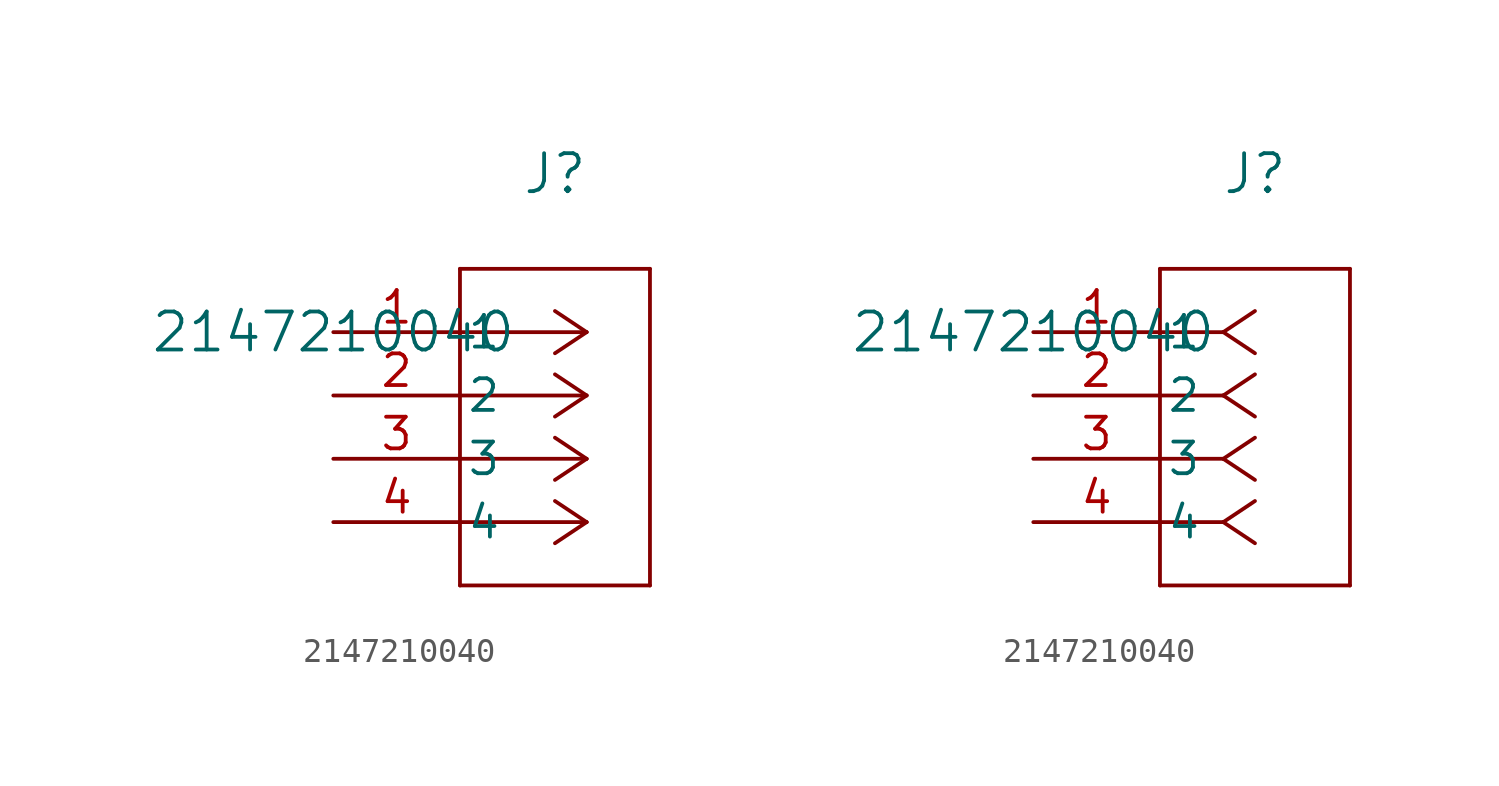
<source format=kicad_sym>
(kicad_symbol_lib
  (version 20211014)
  (generator kicad_symbol_editor)
  (symbol "2147210040"
    (pin_names
      (offset 0.254))
    (property "Reference" "J"
      (at 8.89 6.35 0)
      (effects (font (size 1.524 1.524))))
    (property "Value" "2147210040"
      (at 0 0 0)
      (effects (font (size 1.524 1.524))))
    (symbol "2147210040_1_1"
      (polyline (pts (xy 10.16 0) (xy 5.08 0)) (stroke (width 0) (type default) (color 0 0 0 0)) (fill (type none)))
      (polyline (pts (xy 10.16 -2.54) (xy 5.08 -2.54)) (stroke (width 0) (type default) (color 0 0 0 0)) (fill (type none)))
      (polyline (pts (xy 10.16 -5.08) (xy 5.08 -5.08)) (stroke (width 0) (type default) (color 0 0 0 0)) (fill (type none)))
      (polyline (pts (xy 10.16 -7.62) (xy 5.08 -7.62)) (stroke (width 0) (type default) (color 0 0 0 0)) (fill (type none)))
      (polyline (pts (xy 10.16 0) (xy 8.89 0.847)) (stroke (width 0) (type default) (color 0 0 0 0)) (fill (type none)))
      (polyline (pts (xy 10.16 -2.54) (xy 8.89 -1.693)) (stroke (width 0) (type default) (color 0 0 0 0)) (fill (type none)))
      (polyline (pts (xy 10.16 -5.08) (xy 8.89 -4.233)) (stroke (width 0) (type default) (color 0 0 0 0)) (fill (type none)))
      (polyline (pts (xy 10.16 -7.62) (xy 8.89 -6.773)) (stroke (width 0) (type default) (color 0 0 0 0)) (fill (type none)))
      (polyline (pts (xy 10.16 0) (xy 8.89 -0.847)) (stroke (width 0) (type default) (color 0 0 0 0)) (fill (type none)))
      (polyline (pts (xy 10.16 -2.54) (xy 8.89 -3.387)) (stroke (width 0) (type default) (color 0 0 0 0)) (fill (type none)))
      (polyline (pts (xy 10.16 -5.08) (xy 8.89 -5.927)) (stroke (width 0) (type default) (color 0 0 0 0)) (fill (type none)))
      (polyline (pts (xy 10.16 -7.62) (xy 8.89 -8.467)) (stroke (width 0) (type default) (color 0 0 0 0)) (fill (type none)))
      (polyline (pts (xy 5.08 2.54) (xy 5.08 -10.16)) (stroke (width 0) (type default) (color 0 0 0 0)) (fill (type none)))
      (polyline (pts (xy 5.08 -10.16) (xy 12.7 -10.16)) (stroke (width 0) (type default) (color 0 0 0 0)) (fill (type none)))
      (polyline (pts (xy 12.7 -10.16) (xy 12.7 2.54)) (stroke (width 0) (type default) (color 0 0 0 0)) (fill (type none)))
      (polyline (pts (xy 12.7 2.54) (xy 5.08 2.54)) (stroke (width 0) (type default) (color 0 0 0 0)) (fill (type none)))
      (pin unspecified line (at 0 0 0) (length 5.08) (name "1" (effects (font (size 1.27 1.27)))) (number "1" (effects (font (size 1.27 1.27)))))
      (pin unspecified line (at 0 -2.54 0) (length 5.08) (name "2" (effects (font (size 1.27 1.27)))) (number "2" (effects (font (size 1.27 1.27)))))
      (pin unspecified line (at 0 -5.08 0) (length 5.08) (name "3" (effects (font (size 1.27 1.27)))) (number "3" (effects (font (size 1.27 1.27)))))
      (pin unspecified line (at 0 -7.62 0) (length 5.08) (name "4" (effects (font (size 1.27 1.27)))) (number "4" (effects (font (size 1.27 1.27))))))
    (symbol "2147210040_1_2"
      (polyline (pts (xy 7.62 0) (xy 5.08 0)) (stroke (width 0) (type default) (color 0 0 0 0)) (fill (type none)))
      (polyline (pts (xy 7.62 -2.54) (xy 5.08 -2.54)) (stroke (width 0) (type default) (color 0 0 0 0)) (fill (type none)))
      (polyline (pts (xy 7.62 -5.08) (xy 5.08 -5.08)) (stroke (width 0) (type default) (color 0 0 0 0)) (fill (type none)))
      (polyline (pts (xy 7.62 -7.62) (xy 5.08 -7.62)) (stroke (width 0) (type default) (color 0 0 0 0)) (fill (type none)))
      (polyline (pts (xy 7.62 0) (xy 8.89 0.847)) (stroke (width 0) (type default) (color 0 0 0 0)) (fill (type none)))
      (polyline (pts (xy 7.62 -2.54) (xy 8.89 -1.693)) (stroke (width 0) (type default) (color 0 0 0 0)) (fill (type none)))
      (polyline (pts (xy 7.62 -5.08) (xy 8.89 -4.233)) (stroke (width 0) (type default) (color 0 0 0 0)) (fill (type none)))
      (polyline (pts (xy 7.62 -7.62) (xy 8.89 -6.773)) (stroke (width 0) (type default) (color 0 0 0 0)) (fill (type none)))
      (polyline (pts (xy 7.62 0) (xy 8.89 -0.847)) (stroke (width 0) (type default) (color 0 0 0 0)) (fill (type none)))
      (polyline (pts (xy 7.62 -2.54) (xy 8.89 -3.387)) (stroke (width 0) (type default) (color 0 0 0 0)) (fill (type none)))
      (polyline (pts (xy 7.62 -5.08) (xy 8.89 -5.927)) (stroke (width 0) (type default) (color 0 0 0 0)) (fill (type none)))
      (polyline (pts (xy 7.62 -7.62) (xy 8.89 -8.467)) (stroke (width 0) (type default) (color 0 0 0 0)) (fill (type none)))
      (polyline (pts (xy 5.08 2.54) (xy 5.08 -10.16)) (stroke (width 0) (type default) (color 0 0 0 0)) (fill (type none)))
      (polyline (pts (xy 5.08 -10.16) (xy 12.7 -10.16)) (stroke (width 0) (type default) (color 0 0 0 0)) (fill (type none)))
      (polyline (pts (xy 12.7 -10.16) (xy 12.7 2.54)) (stroke (width 0) (type default) (color 0 0 0 0)) (fill (type none)))
      (polyline (pts (xy 12.7 2.54) (xy 5.08 2.54)) (stroke (width 0) (type default) (color 0 0 0 0)) (fill (type none)))
      (pin unspecified line (at 0 0 0) (length 5.08) (name "1" (effects (font (size 1.27 1.27)))) (number "1" (effects (font (size 1.27 1.27)))))
      (pin unspecified line (at 0 -2.54 0) (length 5.08) (name "2" (effects (font (size 1.27 1.27)))) (number "2" (effects (font (size 1.27 1.27)))))
      (pin unspecified line (at 0 -5.08 0) (length 5.08) (name "3" (effects (font (size 1.27 1.27)))) (number "3" (effects (font (size 1.27 1.27)))))
      (pin unspecified line (at 0 -7.62 0) (length 5.08) (name "4" (effects (font (size 1.27 1.27)))) (number "4" (effects (font (size 1.27 1.27))))))))
</source>
